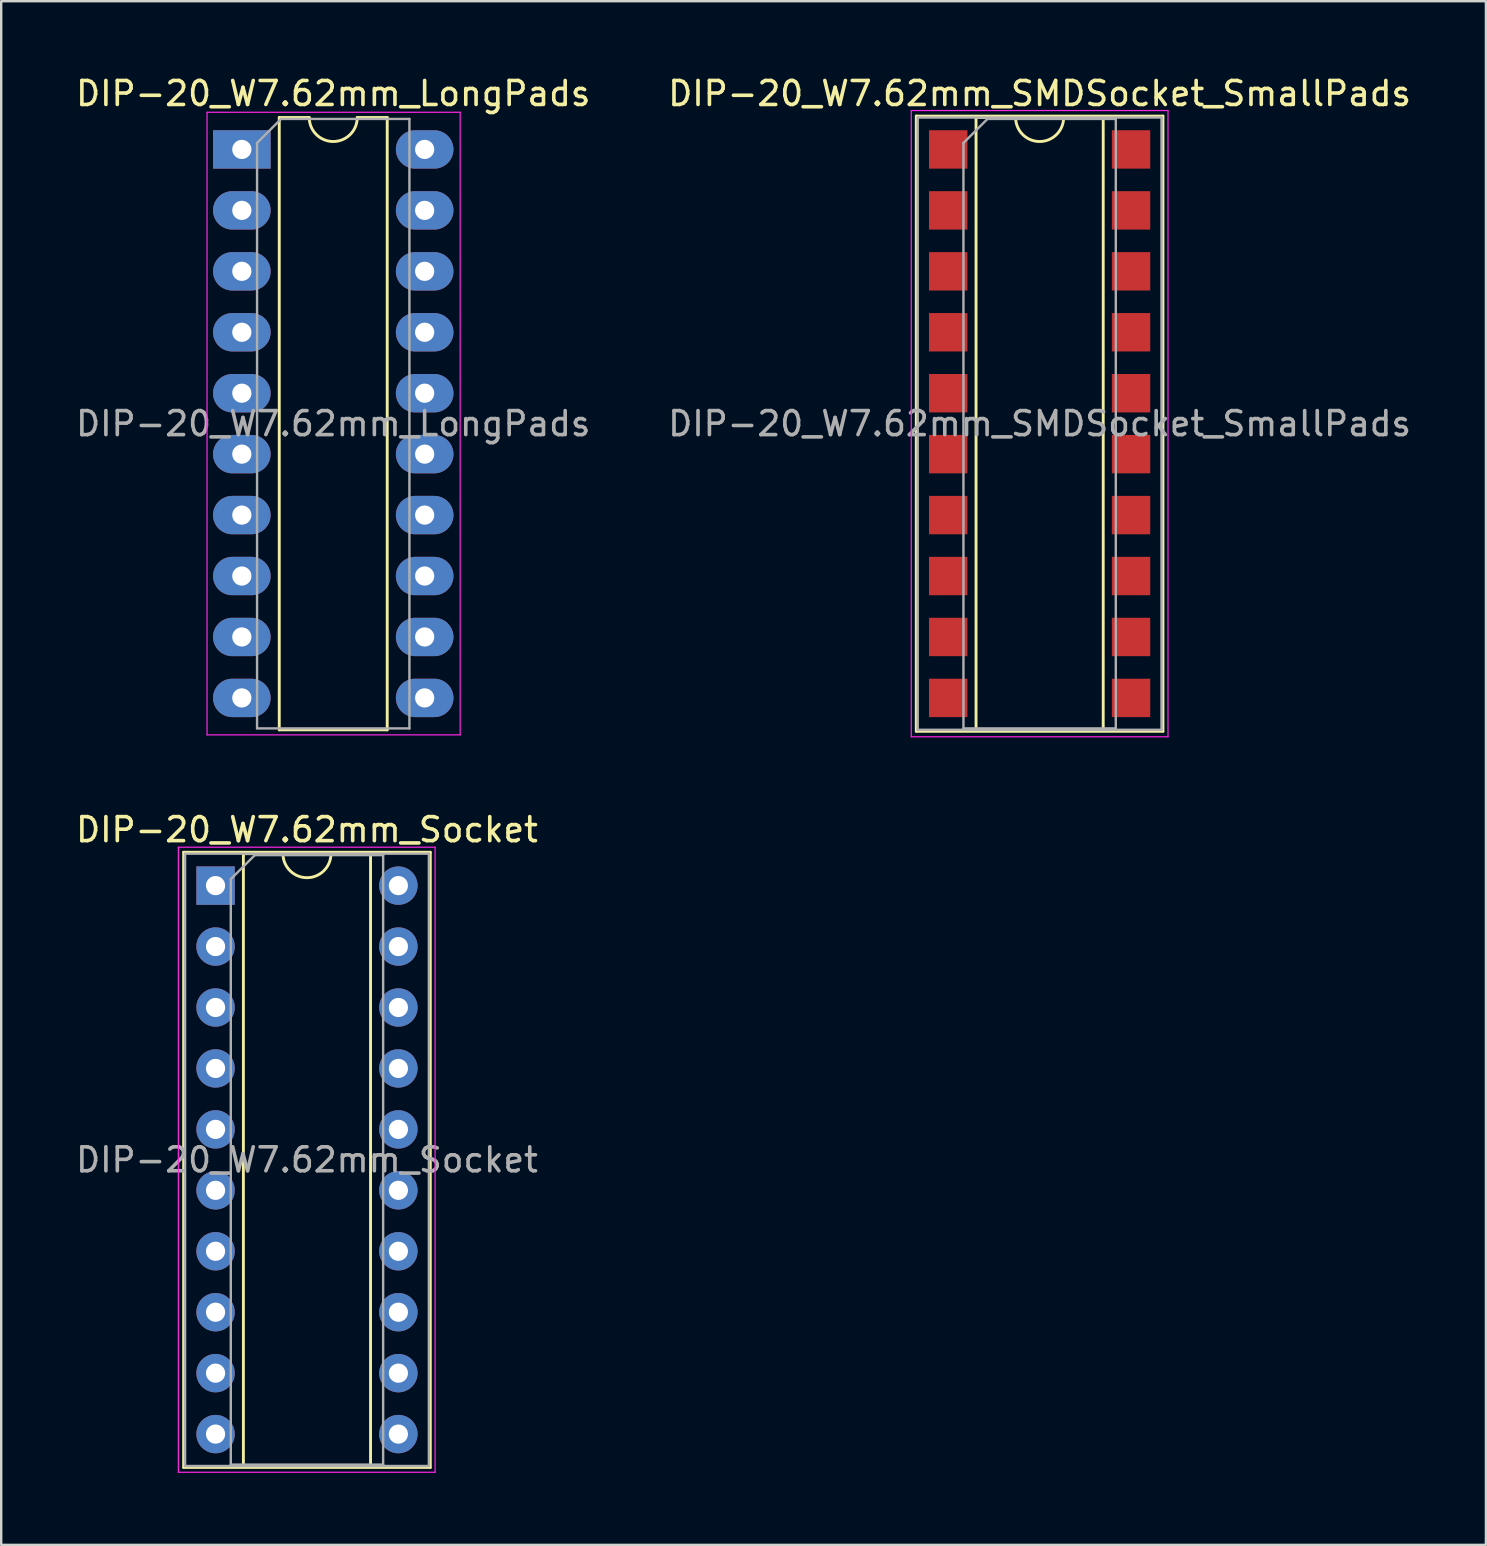
<source format=kicad_pcb>
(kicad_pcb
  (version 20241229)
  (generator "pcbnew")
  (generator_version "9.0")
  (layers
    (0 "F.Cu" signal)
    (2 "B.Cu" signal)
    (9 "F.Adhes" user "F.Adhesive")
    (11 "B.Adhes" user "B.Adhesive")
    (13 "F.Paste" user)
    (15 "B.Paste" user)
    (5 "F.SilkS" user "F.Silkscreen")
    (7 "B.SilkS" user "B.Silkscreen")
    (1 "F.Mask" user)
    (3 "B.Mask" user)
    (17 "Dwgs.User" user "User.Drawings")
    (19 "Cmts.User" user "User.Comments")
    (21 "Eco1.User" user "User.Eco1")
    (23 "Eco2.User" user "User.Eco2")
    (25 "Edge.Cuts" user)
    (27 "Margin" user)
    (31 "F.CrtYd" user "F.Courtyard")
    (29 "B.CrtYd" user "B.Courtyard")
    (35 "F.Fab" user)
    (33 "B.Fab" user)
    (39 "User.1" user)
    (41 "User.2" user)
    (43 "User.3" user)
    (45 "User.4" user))
  (footprint "DIP-20_W7.62mm_Socket"
    (layer "F.Cu")
    (at 5.934 33.861)
    (property "Reference" "DIP-20_W7.62mm_Socket" (at 3.81 -2.33 0) (layer "F.SilkS") (effects (font (size 1 1) (thickness 0.15))))
    (attr through_hole)
    (fp_line (start -1.33 -1.39) (end -1.33 24.25) (stroke (width 0.12) (type solid)) (layer "F.SilkS"))
    (fp_line (start -1.33 24.25) (end 8.95 24.25) (stroke (width 0.12) (type solid)) (layer "F.SilkS"))
    (fp_line (start 1.16 -1.33) (end 1.16 24.19) (stroke (width 0.12) (type solid)) (layer "F.SilkS"))
    (fp_line (start 1.16 24.19) (end 6.46 24.19) (stroke (width 0.12) (type solid)) (layer "F.SilkS"))
    (fp_line (start 2.81 -1.33) (end 1.16 -1.33) (stroke (width 0.12) (type solid)) (layer "F.SilkS"))
    (fp_line (start 6.46 -1.33) (end 4.81 -1.33) (stroke (width 0.12) (type solid)) (layer "F.SilkS"))
    (fp_line (start 6.46 24.19) (end 6.46 -1.33) (stroke (width 0.12) (type solid)) (layer "F.SilkS"))
    (fp_line (start 8.95 -1.39) (end -1.33 -1.39) (stroke (width 0.12) (type solid)) (layer "F.SilkS"))
    (fp_line (start 8.95 24.25) (end 8.95 -1.39) (stroke (width 0.12) (type solid)) (layer "F.SilkS"))
    (fp_arc (start 4.81 -1.33) (mid 3.81 -0.33) (end 2.81 -1.33) (stroke (width 0.12) (type solid)) (layer "F.SilkS"))
    (fp_line (start -1.55 -1.6) (end -1.55 24.45) (stroke (width 0.05) (type solid)) (layer "F.CrtYd"))
    (fp_line (start -1.55 24.45) (end 9.15 24.45) (stroke (width 0.05) (type solid)) (layer "F.CrtYd"))
    (fp_line (start 9.15 -1.6) (end -1.55 -1.6) (stroke (width 0.05) (type solid)) (layer "F.CrtYd"))
    (fp_line (start 9.15 24.45) (end 9.15 -1.6) (stroke (width 0.05) (type solid)) (layer "F.CrtYd"))
    (fp_line (start -1.27 -1.33) (end -1.27 24.19) (stroke (width 0.1) (type solid)) (layer "F.Fab"))
    (fp_line (start -1.27 24.19) (end 8.89 24.19) (stroke (width 0.1) (type solid)) (layer "F.Fab"))
    (fp_line (start 0.635 -0.27) (end 1.635 -1.27) (stroke (width 0.1) (type solid)) (layer "F.Fab"))
    (fp_line (start 0.635 24.13) (end 0.635 -0.27) (stroke (width 0.1) (type solid)) (layer "F.Fab"))
    (fp_line (start 1.635 -1.27) (end 6.985 -1.27) (stroke (width 0.1) (type solid)) (layer "F.Fab"))
    (fp_line (start 6.985 -1.27) (end 6.985 24.13) (stroke (width 0.1) (type solid)) (layer "F.Fab"))
    (fp_line (start 6.985 24.13) (end 0.635 24.13) (stroke (width 0.1) (type solid)) (layer "F.Fab"))
    (fp_line (start 8.89 -1.33) (end -1.27 -1.33) (stroke (width 0.1) (type solid)) (layer "F.Fab"))
    (fp_line (start 8.89 24.19) (end 8.89 -1.33) (stroke (width 0.1) (type solid)) (layer "F.Fab"))
    (fp_text user "${REFERENCE}" (at 3.81 11.43 0) (layer "F.Fab") (effects (font (size 1 1) (thickness 0.15))))
    (pad "1" thru_hole rect (at 0 0) (size 1.6 1.6) (drill 0.8) (layers "*.Cu" "*.Mask"))
    (pad "2" thru_hole oval (at 0 2.54) (size 1.6 1.6) (drill 0.8) (layers "*.Cu" "*.Mask"))
    (pad "3" thru_hole oval (at 0 5.08) (size 1.6 1.6) (drill 0.8) (layers "*.Cu" "*.Mask"))
    (pad "4" thru_hole oval (at 0 7.62) (size 1.6 1.6) (drill 0.8) (layers "*.Cu" "*.Mask"))
    (pad "5" thru_hole oval (at 0 10.16) (size 1.6 1.6) (drill 0.8) (layers "*.Cu" "*.Mask"))
    (pad "6" thru_hole oval (at 0 12.7) (size 1.6 1.6) (drill 0.8) (layers "*.Cu" "*.Mask"))
    (pad "7" thru_hole oval (at 0 15.24) (size 1.6 1.6) (drill 0.8) (layers "*.Cu" "*.Mask"))
    (pad "8" thru_hole oval (at 0 17.78) (size 1.6 1.6) (drill 0.8) (layers "*.Cu" "*.Mask"))
    (pad "9" thru_hole oval (at 0 20.32) (size 1.6 1.6) (drill 0.8) (layers "*.Cu" "*.Mask"))
    (pad "10" thru_hole oval (at 0 22.86) (size 1.6 1.6) (drill 0.8) (layers "*.Cu" "*.Mask"))
    (pad "11" thru_hole oval (at 7.62 22.86) (size 1.6 1.6) (drill 0.8) (layers "*.Cu" "*.Mask"))
    (pad "12" thru_hole oval (at 7.62 20.32) (size 1.6 1.6) (drill 0.8) (layers "*.Cu" "*.Mask"))
    (pad "13" thru_hole oval (at 7.62 17.78) (size 1.6 1.6) (drill 0.8) (layers "*.Cu" "*.Mask"))
    (pad "14" thru_hole oval (at 7.62 15.24) (size 1.6 1.6) (drill 0.8) (layers "*.Cu" "*.Mask"))
    (pad "15" thru_hole oval (at 7.62 12.7) (size 1.6 1.6) (drill 0.8) (layers "*.Cu" "*.Mask"))
    (pad "16" thru_hole oval (at 7.62 10.16) (size 1.6 1.6) (drill 0.8) (layers "*.Cu" "*.Mask"))
    (pad "17" thru_hole oval (at 7.62 7.62) (size 1.6 1.6) (drill 0.8) (layers "*.Cu" "*.Mask"))
    (pad "18" thru_hole oval (at 7.62 5.08) (size 1.6 1.6) (drill 0.8) (layers "*.Cu" "*.Mask"))
    (pad "19" thru_hole oval (at 7.62 2.54) (size 1.6 1.6) (drill 0.8) (layers "*.Cu" "*.Mask"))
    (pad "20" thru_hole oval (at 7.62 0) (size 1.6 1.6) (drill 0.8) (layers "*.Cu" "*.Mask")))
  (footprint "DIP-20_W7.62mm_SMDSocket_SmallPads"
    (layer "F.Cu")
    (at 40.28 14.608)
    (property "Reference" "DIP-20_W7.62mm_SMDSocket_SmallPads" (at 0 -13.76 0) (layer "F.SilkS") (effects (font (size 1 1) (thickness 0.15))))
    (attr smd)
    (fp_line (start -5.14 -12.82) (end -5.14 12.82) (stroke (width 0.12) (type solid)) (layer "F.SilkS"))
    (fp_line (start -5.14 12.82) (end 5.14 12.82) (stroke (width 0.12) (type solid)) (layer "F.SilkS"))
    (fp_line (start -2.65 -12.76) (end -2.65 12.76) (stroke (width 0.12) (type solid)) (layer "F.SilkS"))
    (fp_line (start -2.65 12.76) (end 2.65 12.76) (stroke (width 0.12) (type solid)) (layer "F.SilkS"))
    (fp_line (start -1 -12.76) (end -2.65 -12.76) (stroke (width 0.12) (type solid)) (layer "F.SilkS"))
    (fp_line (start 2.65 -12.76) (end 1 -12.76) (stroke (width 0.12) (type solid)) (layer "F.SilkS"))
    (fp_line (start 2.65 12.76) (end 2.65 -12.76) (stroke (width 0.12) (type solid)) (layer "F.SilkS"))
    (fp_line (start 5.14 -12.82) (end -5.14 -12.82) (stroke (width 0.12) (type solid)) (layer "F.SilkS"))
    (fp_line (start 5.14 12.82) (end 5.14 -12.82) (stroke (width 0.12) (type solid)) (layer "F.SilkS"))
    (fp_arc (start 1 -12.76) (mid 0 -11.76) (end -1 -12.76) (stroke (width 0.12) (type solid)) (layer "F.SilkS"))
    (fp_line (start -5.35 -13.05) (end -5.35 13.05) (stroke (width 0.05) (type solid)) (layer "F.CrtYd"))
    (fp_line (start -5.35 13.05) (end 5.35 13.05) (stroke (width 0.05) (type solid)) (layer "F.CrtYd"))
    (fp_line (start 5.35 -13.05) (end -5.35 -13.05) (stroke (width 0.05) (type solid)) (layer "F.CrtYd"))
    (fp_line (start 5.35 13.05) (end 5.35 -13.05) (stroke (width 0.05) (type solid)) (layer "F.CrtYd"))
    (fp_line (start -5.08 -12.76) (end -5.08 12.76) (stroke (width 0.1) (type solid)) (layer "F.Fab"))
    (fp_line (start -5.08 12.76) (end 5.08 12.76) (stroke (width 0.1) (type solid)) (layer "F.Fab"))
    (fp_line (start -3.175 -11.7) (end -2.175 -12.7) (stroke (width 0.1) (type solid)) (layer "F.Fab"))
    (fp_line (start -3.175 12.7) (end -3.175 -11.7) (stroke (width 0.1) (type solid)) (layer "F.Fab"))
    (fp_line (start -2.175 -12.7) (end 3.175 -12.7) (stroke (width 0.1) (type solid)) (layer "F.Fab"))
    (fp_line (start 3.175 -12.7) (end 3.175 12.7) (stroke (width 0.1) (type solid)) (layer "F.Fab"))
    (fp_line (start 3.175 12.7) (end -3.175 12.7) (stroke (width 0.1) (type solid)) (layer "F.Fab"))
    (fp_line (start 5.08 -12.76) (end -5.08 -12.76) (stroke (width 0.1) (type solid)) (layer "F.Fab"))
    (fp_line (start 5.08 12.76) (end 5.08 -12.76) (stroke (width 0.1) (type solid)) (layer "F.Fab"))
    (fp_text user "${REFERENCE}" (at 0 0 0) (layer "F.Fab") (effects (font (size 1 1) (thickness 0.15))))
    (pad "1" smd rect (at -3.81 -11.43) (size 1.6 1.6) (layers "F.Cu" "F.Mask" "F.Paste"))
    (pad "2" smd rect (at -3.81 -8.89) (size 1.6 1.6) (layers "F.Cu" "F.Mask" "F.Paste"))
    (pad "3" smd rect (at -3.81 -6.35) (size 1.6 1.6) (layers "F.Cu" "F.Mask" "F.Paste"))
    (pad "4" smd rect (at -3.81 -3.81) (size 1.6 1.6) (layers "F.Cu" "F.Mask" "F.Paste"))
    (pad "5" smd rect (at -3.81 -1.27) (size 1.6 1.6) (layers "F.Cu" "F.Mask" "F.Paste"))
    (pad "6" smd rect (at -3.81 1.27) (size 1.6 1.6) (layers "F.Cu" "F.Mask" "F.Paste"))
    (pad "7" smd rect (at -3.81 3.81) (size 1.6 1.6) (layers "F.Cu" "F.Mask" "F.Paste"))
    (pad "8" smd rect (at -3.81 6.35) (size 1.6 1.6) (layers "F.Cu" "F.Mask" "F.Paste"))
    (pad "9" smd rect (at -3.81 8.89) (size 1.6 1.6) (layers "F.Cu" "F.Mask" "F.Paste"))
    (pad "10" smd rect (at -3.81 11.43) (size 1.6 1.6) (layers "F.Cu" "F.Mask" "F.Paste"))
    (pad "11" smd rect (at 3.81 11.43) (size 1.6 1.6) (layers "F.Cu" "F.Mask" "F.Paste"))
    (pad "12" smd rect (at 3.81 8.89) (size 1.6 1.6) (layers "F.Cu" "F.Mask" "F.Paste"))
    (pad "13" smd rect (at 3.81 6.35) (size 1.6 1.6) (layers "F.Cu" "F.Mask" "F.Paste"))
    (pad "14" smd rect (at 3.81 3.81) (size 1.6 1.6) (layers "F.Cu" "F.Mask" "F.Paste"))
    (pad "15" smd rect (at 3.81 1.27) (size 1.6 1.6) (layers "F.Cu" "F.Mask" "F.Paste"))
    (pad "16" smd rect (at 3.81 -1.27) (size 1.6 1.6) (layers "F.Cu" "F.Mask" "F.Paste"))
    (pad "17" smd rect (at 3.81 -3.81) (size 1.6 1.6) (layers "F.Cu" "F.Mask" "F.Paste"))
    (pad "18" smd rect (at 3.81 -6.35) (size 1.6 1.6) (layers "F.Cu" "F.Mask" "F.Paste"))
    (pad "19" smd rect (at 3.81 -8.89) (size 1.6 1.6) (layers "F.Cu" "F.Mask" "F.Paste"))
    (pad "20" smd rect (at 3.81 -11.43) (size 1.6 1.6) (layers "F.Cu" "F.Mask" "F.Paste")))
  (footprint "DIP-20_W7.62mm_LongPads"
    (layer "F.Cu")
    (at 7.029 3.178)
    (property "Reference" "DIP-20_W7.62mm_LongPads" (at 3.81 -2.33 0) (layer "F.SilkS") (effects (font (size 1 1) (thickness 0.15))))
    (attr through_hole)
    (fp_line (start 1.56 -1.33) (end 1.56 24.19) (stroke (width 0.12) (type solid)) (layer "F.SilkS"))
    (fp_line (start 1.56 24.19) (end 6.06 24.19) (stroke (width 0.12) (type solid)) (layer "F.SilkS"))
    (fp_line (start 2.81 -1.33) (end 1.56 -1.33) (stroke (width 0.12) (type solid)) (layer "F.SilkS"))
    (fp_line (start 6.06 -1.33) (end 4.81 -1.33) (stroke (width 0.12) (type solid)) (layer "F.SilkS"))
    (fp_line (start 6.06 24.19) (end 6.06 -1.33) (stroke (width 0.12) (type solid)) (layer "F.SilkS"))
    (fp_arc (start 4.81 -1.33) (mid 3.81 -0.33) (end 2.81 -1.33) (stroke (width 0.12) (type solid)) (layer "F.SilkS"))
    (fp_line (start -1.45 -1.55) (end -1.45 24.4) (stroke (width 0.05) (type solid)) (layer "F.CrtYd"))
    (fp_line (start -1.45 24.4) (end 9.1 24.4) (stroke (width 0.05) (type solid)) (layer "F.CrtYd"))
    (fp_line (start 9.1 -1.55) (end -1.45 -1.55) (stroke (width 0.05) (type solid)) (layer "F.CrtYd"))
    (fp_line (start 9.1 24.4) (end 9.1 -1.55) (stroke (width 0.05) (type solid)) (layer "F.CrtYd"))
    (fp_line (start 0.635 -0.27) (end 1.635 -1.27) (stroke (width 0.1) (type solid)) (layer "F.Fab"))
    (fp_line (start 0.635 24.13) (end 0.635 -0.27) (stroke (width 0.1) (type solid)) (layer "F.Fab"))
    (fp_line (start 1.635 -1.27) (end 6.985 -1.27) (stroke (width 0.1) (type solid)) (layer "F.Fab"))
    (fp_line (start 6.985 -1.27) (end 6.985 24.13) (stroke (width 0.1) (type solid)) (layer "F.Fab"))
    (fp_line (start 6.985 24.13) (end 0.635 24.13) (stroke (width 0.1) (type solid)) (layer "F.Fab"))
    (fp_text user "${REFERENCE}" (at 3.81 11.43 0) (layer "F.Fab") (effects (font (size 1 1) (thickness 0.15))))
    (pad "1" thru_hole rect (at 0 0) (size 2.4 1.6) (drill 0.8) (layers "*.Cu" "*.Mask"))
    (pad "2" thru_hole oval (at 0 2.54) (size 2.4 1.6) (drill 0.8) (layers "*.Cu" "*.Mask"))
    (pad "3" thru_hole oval (at 0 5.08) (size 2.4 1.6) (drill 0.8) (layers "*.Cu" "*.Mask"))
    (pad "4" thru_hole oval (at 0 7.62) (size 2.4 1.6) (drill 0.8) (layers "*.Cu" "*.Mask"))
    (pad "5" thru_hole oval (at 0 10.16) (size 2.4 1.6) (drill 0.8) (layers "*.Cu" "*.Mask"))
    (pad "6" thru_hole oval (at 0 12.7) (size 2.4 1.6) (drill 0.8) (layers "*.Cu" "*.Mask"))
    (pad "7" thru_hole oval (at 0 15.24) (size 2.4 1.6) (drill 0.8) (layers "*.Cu" "*.Mask"))
    (pad "8" thru_hole oval (at 0 17.78) (size 2.4 1.6) (drill 0.8) (layers "*.Cu" "*.Mask"))
    (pad "9" thru_hole oval (at 0 20.32) (size 2.4 1.6) (drill 0.8) (layers "*.Cu" "*.Mask"))
    (pad "10" thru_hole oval (at 0 22.86) (size 2.4 1.6) (drill 0.8) (layers "*.Cu" "*.Mask"))
    (pad "11" thru_hole oval (at 7.62 22.86) (size 2.4 1.6) (drill 0.8) (layers "*.Cu" "*.Mask"))
    (pad "12" thru_hole oval (at 7.62 20.32) (size 2.4 1.6) (drill 0.8) (layers "*.Cu" "*.Mask"))
    (pad "13" thru_hole oval (at 7.62 17.78) (size 2.4 1.6) (drill 0.8) (layers "*.Cu" "*.Mask"))
    (pad "14" thru_hole oval (at 7.62 15.24) (size 2.4 1.6) (drill 0.8) (layers "*.Cu" "*.Mask"))
    (pad "15" thru_hole oval (at 7.62 12.7) (size 2.4 1.6) (drill 0.8) (layers "*.Cu" "*.Mask"))
    (pad "16" thru_hole oval (at 7.62 10.16) (size 2.4 1.6) (drill 0.8) (layers "*.Cu" "*.Mask"))
    (pad "17" thru_hole oval (at 7.62 7.62) (size 2.4 1.6) (drill 0.8) (layers "*.Cu" "*.Mask"))
    (pad "18" thru_hole oval (at 7.62 5.08) (size 2.4 1.6) (drill 0.8) (layers "*.Cu" "*.Mask"))
    (pad "19" thru_hole oval (at 7.62 2.54) (size 2.4 1.6) (drill 0.8) (layers "*.Cu" "*.Mask"))
    (pad "20" thru_hole oval (at 7.62 0) (size 2.4 1.6) (drill 0.8) (layers "*.Cu" "*.Mask")))
  (gr_rect
    (start -3 -3)
    (end 58.881 61.337)
    (stroke (width 0.1) (type default))
    (fill no)
    (layer "Edge.Cuts")))
</source>
